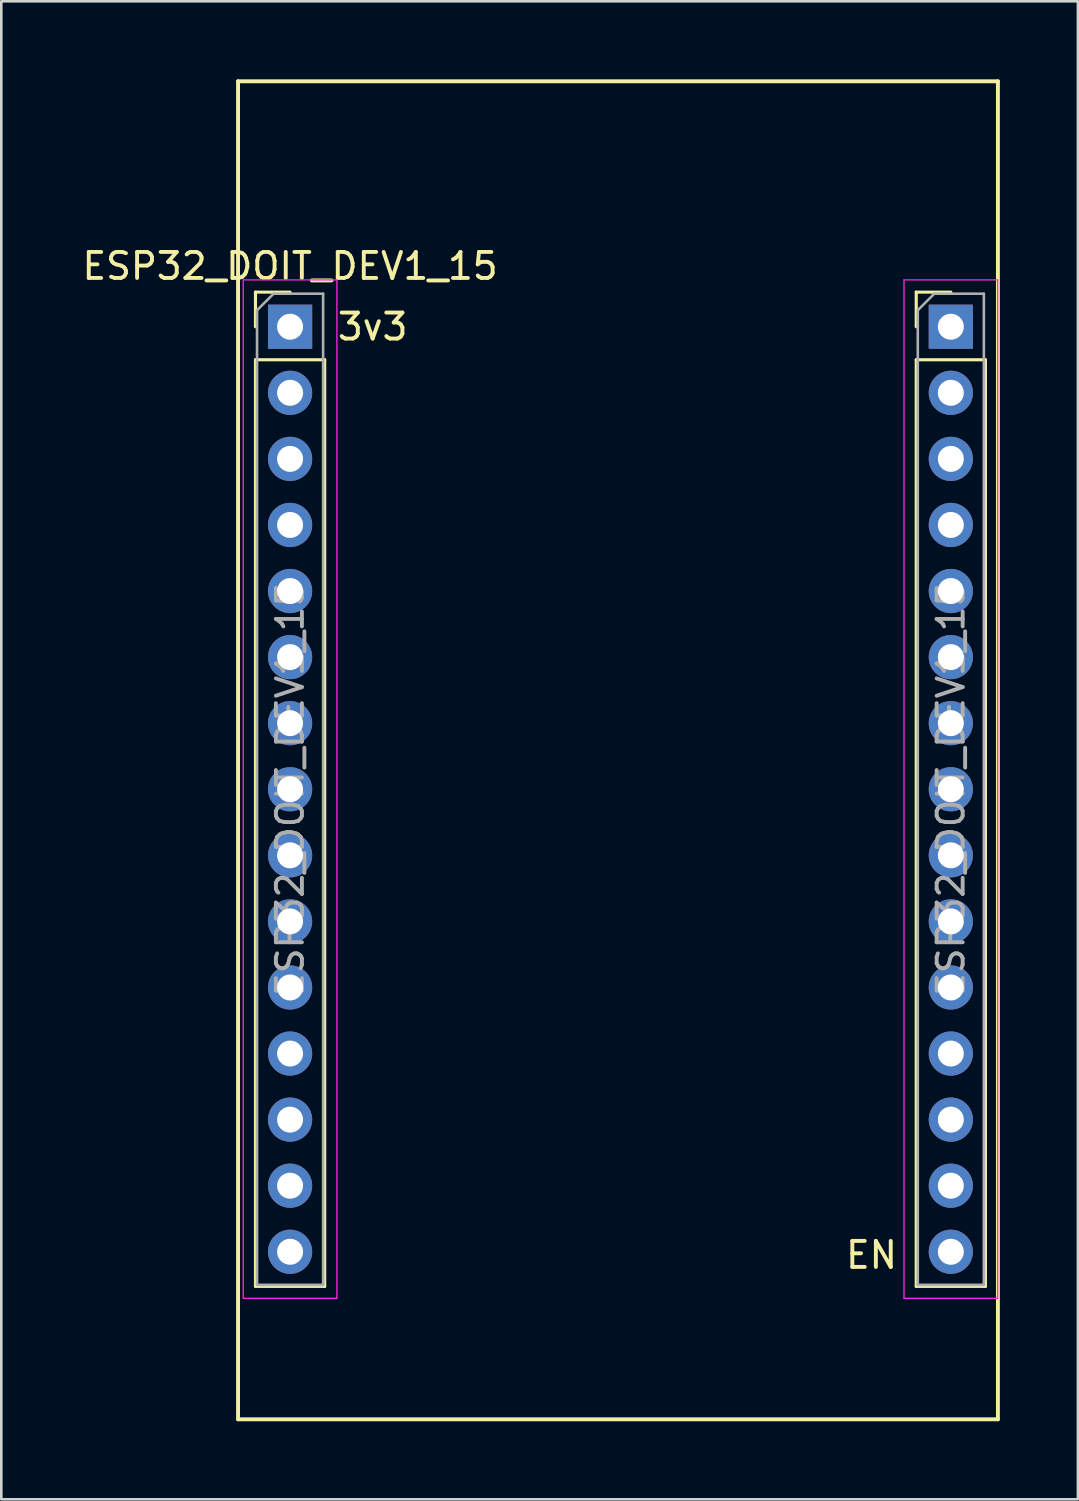
<source format=kicad_pcb>
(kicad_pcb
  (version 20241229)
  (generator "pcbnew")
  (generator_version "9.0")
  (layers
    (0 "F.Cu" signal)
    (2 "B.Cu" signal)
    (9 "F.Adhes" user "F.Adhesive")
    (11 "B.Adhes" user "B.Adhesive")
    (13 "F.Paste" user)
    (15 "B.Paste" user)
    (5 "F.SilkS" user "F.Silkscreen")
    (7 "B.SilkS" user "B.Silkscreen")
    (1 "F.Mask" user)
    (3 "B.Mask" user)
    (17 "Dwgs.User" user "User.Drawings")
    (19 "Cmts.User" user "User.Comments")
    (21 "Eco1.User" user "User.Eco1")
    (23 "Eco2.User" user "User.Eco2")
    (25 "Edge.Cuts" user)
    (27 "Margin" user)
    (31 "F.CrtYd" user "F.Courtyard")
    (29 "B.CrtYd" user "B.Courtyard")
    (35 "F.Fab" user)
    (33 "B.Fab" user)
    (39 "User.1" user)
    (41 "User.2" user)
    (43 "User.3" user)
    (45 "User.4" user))
  (footprint "ESP32_DOIT_DEV1_15"
    (layer "F.Cu")
    (at 8.101 9.51)
    (property "Reference" "ESP32_DOIT_DEV1_15" (at 0 -2.33 0) (layer "F.SilkS") (effects (font (size 1 1) (thickness 0.15))))
    (attr through_hole)
    (fp_line (start -2 -9.435) (end -2 42) (stroke (width 0.15) (type solid)) (layer "F.SilkS"))
    (fp_line (start -2 42) (end 27.21 42) (stroke (width 0.15) (type solid)) (layer "F.SilkS"))
    (fp_line (start -1.33 -1.33) (end 0 -1.33) (stroke (width 0.12) (type solid)) (layer "F.SilkS"))
    (fp_line (start -1.33 0) (end -1.33 -1.33) (stroke (width 0.12) (type solid)) (layer "F.SilkS"))
    (fp_line (start -1.33 1.27) (end -1.33 36.89) (stroke (width 0.12) (type solid)) (layer "F.SilkS"))
    (fp_line (start -1.33 1.27) (end 1.33 1.27) (stroke (width 0.12) (type solid)) (layer "F.SilkS"))
    (fp_line (start -1.33 36.89) (end 1.33 36.89) (stroke (width 0.12) (type solid)) (layer "F.SilkS"))
    (fp_line (start 1.33 1.27) (end 1.33 36.89) (stroke (width 0.12) (type solid)) (layer "F.SilkS"))
    (fp_line (start 24.07 -1.33) (end 25.4 -1.33) (stroke (width 0.12) (type solid)) (layer "F.SilkS"))
    (fp_line (start 24.07 0) (end 24.07 -1.33) (stroke (width 0.12) (type solid)) (layer "F.SilkS"))
    (fp_line (start 24.07 1.27) (end 24.07 36.89) (stroke (width 0.12) (type solid)) (layer "F.SilkS"))
    (fp_line (start 24.07 1.27) (end 26.73 1.27) (stroke (width 0.12) (type solid)) (layer "F.SilkS"))
    (fp_line (start 24.07 36.89) (end 26.73 36.89) (stroke (width 0.12) (type solid)) (layer "F.SilkS"))
    (fp_line (start 26.73 1.27) (end 26.73 36.89) (stroke (width 0.12) (type solid)) (layer "F.SilkS"))
    (fp_line (start 27.21 -9.435) (end -2 -9.435) (stroke (width 0.15) (type solid)) (layer "F.SilkS"))
    (fp_line (start 27.21 42) (end 27.21 -9.435) (stroke (width 0.15) (type solid)) (layer "F.SilkS"))
    (fp_line (start -1.8 -1.8) (end -1.8 37.35) (stroke (width 0.05) (type solid)) (layer "F.CrtYd"))
    (fp_line (start -1.8 37.35) (end 1.8 37.35) (stroke (width 0.05) (type solid)) (layer "F.CrtYd"))
    (fp_line (start 1.8 -1.8) (end -1.8 -1.8) (stroke (width 0.05) (type solid)) (layer "F.CrtYd"))
    (fp_line (start 1.8 37.35) (end 1.8 -1.8) (stroke (width 0.05) (type solid)) (layer "F.CrtYd"))
    (fp_line (start 23.6 -1.8) (end 23.6 37.35) (stroke (width 0.05) (type solid)) (layer "F.CrtYd"))
    (fp_line (start 23.6 37.35) (end 27.2 37.35) (stroke (width 0.05) (type solid)) (layer "F.CrtYd"))
    (fp_line (start 27.2 -1.8) (end 23.6 -1.8) (stroke (width 0.05) (type solid)) (layer "F.CrtYd"))
    (fp_line (start 27.2 37.35) (end 27.2 -1.8) (stroke (width 0.05) (type solid)) (layer "F.CrtYd"))
    (fp_line (start -1.27 -0.635) (end -0.635 -1.27) (stroke (width 0.1) (type solid)) (layer "F.Fab"))
    (fp_line (start -1.27 36.83) (end -1.27 -0.635) (stroke (width 0.1) (type solid)) (layer "F.Fab"))
    (fp_line (start -0.635 -1.27) (end 1.27 -1.27) (stroke (width 0.1) (type solid)) (layer "F.Fab"))
    (fp_line (start 1.27 -1.27) (end 1.27 36.83) (stroke (width 0.1) (type solid)) (layer "F.Fab"))
    (fp_line (start 1.27 36.83) (end -1.27 36.83) (stroke (width 0.1) (type solid)) (layer "F.Fab"))
    (fp_line (start 24.13 -0.635) (end 24.765 -1.27) (stroke (width 0.1) (type solid)) (layer "F.Fab"))
    (fp_line (start 24.13 36.83) (end 24.13 -0.635) (stroke (width 0.1) (type solid)) (layer "F.Fab"))
    (fp_line (start 24.765 -1.27) (end 26.67 -1.27) (stroke (width 0.1) (type solid)) (layer "F.Fab"))
    (fp_line (start 26.67 -1.27) (end 26.67 36.83) (stroke (width 0.1) (type solid)) (layer "F.Fab"))
    (fp_line (start 26.67 36.83) (end 24.13 36.83) (stroke (width 0.1) (type solid)) (layer "F.Fab"))
    (fp_text user "EN" (at 22.352 35.687 180) (layer "F.SilkS") (effects (font (size 1 1) (thickness 0.15))))
    (fp_text user "3v3" (at 3.175 0 0) (layer "F.SilkS") (effects (font (size 1 1) (thickness 0.15))))
    (fp_text user "${REFERENCE}" (at 25.4 17.78 90) (layer "F.Fab") (effects (font (size 1 1) (thickness 0.15))))
    (fp_text user "${REFERENCE}" (at 0 17.78 90) (layer "F.Fab") (effects (font (size 1 1) (thickness 0.15))))
    (pad "1" thru_hole rect (at 0 0) (size 1.7 1.7) (drill 1) (layers "*.Cu" "*.Mask"))
    (pad "2" thru_hole oval (at 0 2.54) (size 1.7 1.7) (drill 1) (layers "*.Cu" "*.Mask"))
    (pad "3" thru_hole oval (at 0 5.08) (size 1.7 1.7) (drill 1) (layers "*.Cu" "*.Mask"))
    (pad "4" thru_hole oval (at 0 7.62) (size 1.7 1.7) (drill 1) (layers "*.Cu" "*.Mask"))
    (pad "5" thru_hole oval (at 0 10.16) (size 1.7 1.7) (drill 1) (layers "*.Cu" "*.Mask"))
    (pad "6" thru_hole oval (at 0 12.7) (size 1.7 1.7) (drill 1) (layers "*.Cu" "*.Mask"))
    (pad "7" thru_hole oval (at 0 15.24) (size 1.7 1.7) (drill 1) (layers "*.Cu" "*.Mask"))
    (pad "8" thru_hole oval (at 0 17.78) (size 1.7 1.7) (drill 1) (layers "*.Cu" "*.Mask"))
    (pad "9" thru_hole oval (at 0 20.32) (size 1.7 1.7) (drill 1) (layers "*.Cu" "*.Mask"))
    (pad "10" thru_hole oval (at 0 22.86) (size 1.7 1.7) (drill 1) (layers "*.Cu" "*.Mask"))
    (pad "11" thru_hole oval (at 0 25.4) (size 1.7 1.7) (drill 1) (layers "*.Cu" "*.Mask"))
    (pad "12" thru_hole oval (at 0 27.94) (size 1.7 1.7) (drill 1) (layers "*.Cu" "*.Mask"))
    (pad "13" thru_hole oval (at 0 30.48) (size 1.7 1.7) (drill 1) (layers "*.Cu" "*.Mask"))
    (pad "14" thru_hole oval (at 0 33.02) (size 1.7 1.7) (drill 1) (layers "*.Cu" "*.Mask"))
    (pad "15" thru_hole oval (at 0 35.56) (size 1.7 1.7) (drill 1) (layers "*.Cu" "*.Mask"))
    (pad "16" thru_hole oval (at 25.4 35.56) (size 1.7 1.7) (drill 1) (layers "*.Cu" "*.Mask"))
    (pad "17" thru_hole oval (at 25.4 33.02) (size 1.7 1.7) (drill 1) (layers "*.Cu" "*.Mask"))
    (pad "18" thru_hole oval (at 25.4 30.48) (size 1.7 1.7) (drill 1) (layers "*.Cu" "*.Mask"))
    (pad "19" thru_hole oval (at 25.4 27.94) (size 1.7 1.7) (drill 1) (layers "*.Cu" "*.Mask"))
    (pad "20" thru_hole oval (at 25.4 25.4) (size 1.7 1.7) (drill 1) (layers "*.Cu" "*.Mask"))
    (pad "21" thru_hole oval (at 25.4 22.86) (size 1.7 1.7) (drill 1) (layers "*.Cu" "*.Mask"))
    (pad "22" thru_hole oval (at 25.4 20.32) (size 1.7 1.7) (drill 1) (layers "*.Cu" "*.Mask"))
    (pad "23" thru_hole oval (at 25.4 17.78) (size 1.7 1.7) (drill 1) (layers "*.Cu" "*.Mask"))
    (pad "24" thru_hole oval (at 25.4 15.24) (size 1.7 1.7) (drill 1) (layers "*.Cu" "*.Mask"))
    (pad "25" thru_hole oval (at 25.4 12.7) (size 1.7 1.7) (drill 1) (layers "*.Cu" "*.Mask"))
    (pad "26" thru_hole oval (at 25.4 10.16) (size 1.7 1.7) (drill 1) (layers "*.Cu" "*.Mask"))
    (pad "27" thru_hole oval (at 25.4 7.62) (size 1.7 1.7) (drill 1) (layers "*.Cu" "*.Mask"))
    (pad "28" thru_hole oval (at 25.4 5.08) (size 1.7 1.7) (drill 1) (layers "*.Cu" "*.Mask"))
    (pad "29" thru_hole oval (at 25.4 2.54) (size 1.7 1.7) (drill 1) (layers "*.Cu" "*.Mask"))
    (pad "30" thru_hole rect (at 25.4 0) (size 1.7 1.7) (drill 1) (layers "*.Cu" "*.Mask")))
  (gr_rect
    (start -3 -3)
    (end 38.386 54.585)
    (stroke (width 0.1) (type default))
    (fill no)
    (layer "Edge.Cuts")))
</source>
